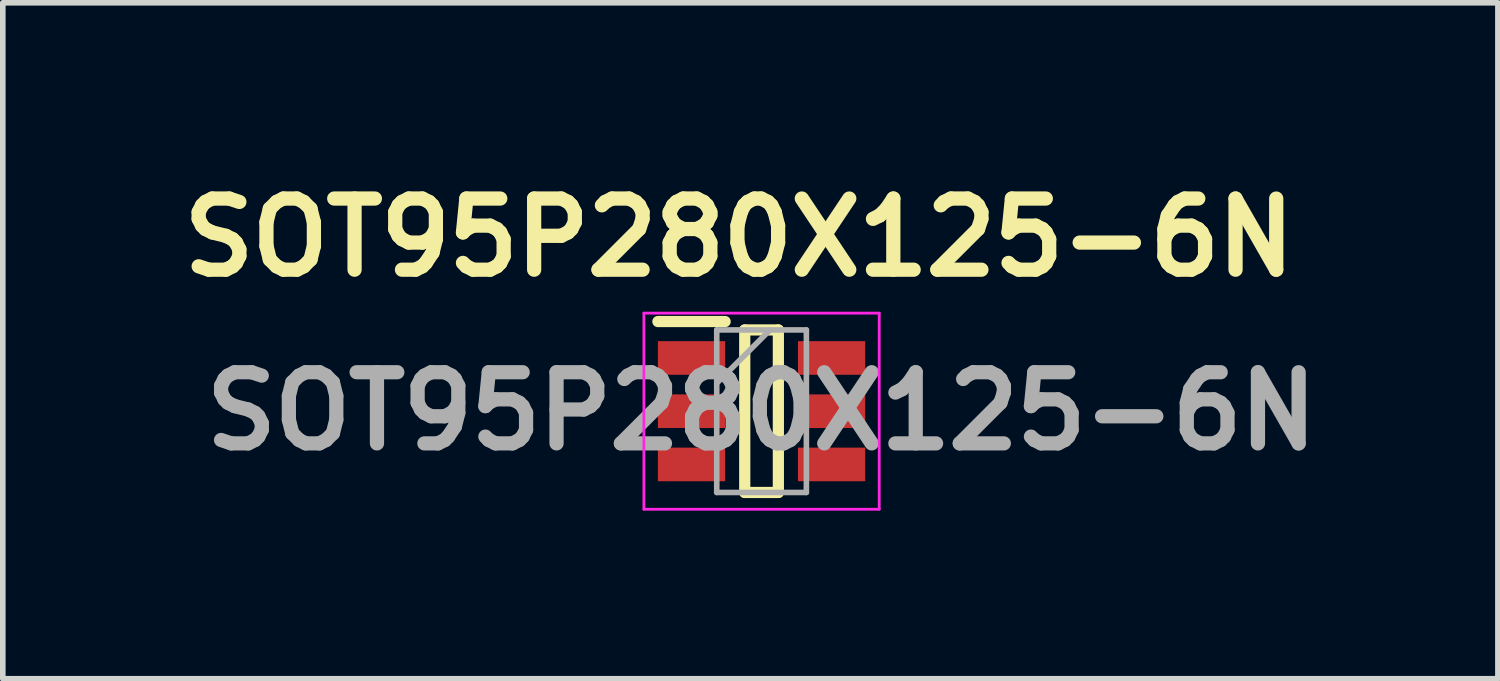
<source format=kicad_pcb>
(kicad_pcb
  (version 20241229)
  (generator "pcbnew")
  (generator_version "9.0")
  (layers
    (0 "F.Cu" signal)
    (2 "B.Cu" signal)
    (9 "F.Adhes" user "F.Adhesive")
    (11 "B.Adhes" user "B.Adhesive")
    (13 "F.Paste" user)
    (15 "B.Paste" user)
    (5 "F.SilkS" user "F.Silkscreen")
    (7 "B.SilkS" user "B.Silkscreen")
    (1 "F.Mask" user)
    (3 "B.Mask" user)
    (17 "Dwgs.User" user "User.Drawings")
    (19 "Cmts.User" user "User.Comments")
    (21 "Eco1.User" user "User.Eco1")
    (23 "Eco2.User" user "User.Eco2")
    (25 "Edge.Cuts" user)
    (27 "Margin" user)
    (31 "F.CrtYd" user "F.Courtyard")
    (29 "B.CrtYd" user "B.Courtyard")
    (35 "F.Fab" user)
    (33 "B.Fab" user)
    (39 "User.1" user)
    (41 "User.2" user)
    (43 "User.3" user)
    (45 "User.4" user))
  (footprint "SOT95P280X125-6N"
    (layer "F.Cu")
    (at 10.542 4.289)
    (property "Reference" "SOT95P280X125-6N" (at -0.4 -3.1 0) (layer "F.SilkS") (effects (font (size 1.27 1.27) (thickness 0.254))))
    (attr smd)
    (fp_line (start -1.85 -1.6) (end -0.65 -1.6) (stroke (width 0.2) (type solid)) (layer "F.SilkS"))
    (fp_line (start -0.3 -1.45) (end 0.3 -1.45) (stroke (width 0.2) (type solid)) (layer "F.SilkS"))
    (fp_line (start -0.3 1.45) (end -0.3 -1.45) (stroke (width 0.2) (type solid)) (layer "F.SilkS"))
    (fp_line (start 0.3 -1.45) (end 0.3 1.45) (stroke (width 0.2) (type solid)) (layer "F.SilkS"))
    (fp_line (start 0.3 1.45) (end -0.3 1.45) (stroke (width 0.2) (type solid)) (layer "F.SilkS"))
    (fp_line (start -2.1 -1.75) (end 2.1 -1.75) (stroke (width 0.05) (type solid)) (layer "F.CrtYd"))
    (fp_line (start -2.1 1.75) (end -2.1 -1.75) (stroke (width 0.05) (type solid)) (layer "F.CrtYd"))
    (fp_line (start 2.1 -1.75) (end 2.1 1.75) (stroke (width 0.05) (type solid)) (layer "F.CrtYd"))
    (fp_line (start 2.1 1.75) (end -2.1 1.75) (stroke (width 0.05) (type solid)) (layer "F.CrtYd"))
    (fp_line (start -0.8 -1.45) (end 0.8 -1.45) (stroke (width 0.1) (type solid)) (layer "F.Fab"))
    (fp_line (start -0.8 -0.5) (end 0.15 -1.45) (stroke (width 0.1) (type solid)) (layer "F.Fab"))
    (fp_line (start -0.8 1.45) (end -0.8 -1.45) (stroke (width 0.1) (type solid)) (layer "F.Fab"))
    (fp_line (start 0.8 -1.45) (end 0.8 1.45) (stroke (width 0.1) (type solid)) (layer "F.Fab"))
    (fp_line (start 0.8 1.45) (end -0.8 1.45) (stroke (width 0.1) (type solid)) (layer "F.Fab"))
    (fp_text user "${REFERENCE}" (at 0 0 0) (layer "F.Fab") (effects (font (size 1.27 1.27) (thickness 0.254))))
    (pad "1" smd rect (at -1.25 -0.95 90) (size 0.6 1.2) (layers "F.Cu" "F.Mask" "F.Paste"))
    (pad "2" smd rect (at -1.25 0 90) (size 0.6 1.2) (layers "F.Cu" "F.Mask" "F.Paste"))
    (pad "3" smd rect (at -1.25 0.95 90) (size 0.6 1.2) (layers "F.Cu" "F.Mask" "F.Paste"))
    (pad "4" smd rect (at 1.25 0.95 90) (size 0.6 1.2) (layers "F.Cu" "F.Mask" "F.Paste"))
    (pad "5" smd rect (at 1.25 0 90) (size 0.6 1.2) (layers "F.Cu" "F.Mask" "F.Paste"))
    (pad "6" smd rect (at 1.25 -0.95 90) (size 0.6 1.2) (layers "F.Cu" "F.Mask" "F.Paste")))
  (gr_rect
    (start -3 -3)
    (end 23.684 9.064)
    (stroke (width 0.1) (type default))
    (fill no)
    (layer "Edge.Cuts")))
</source>
